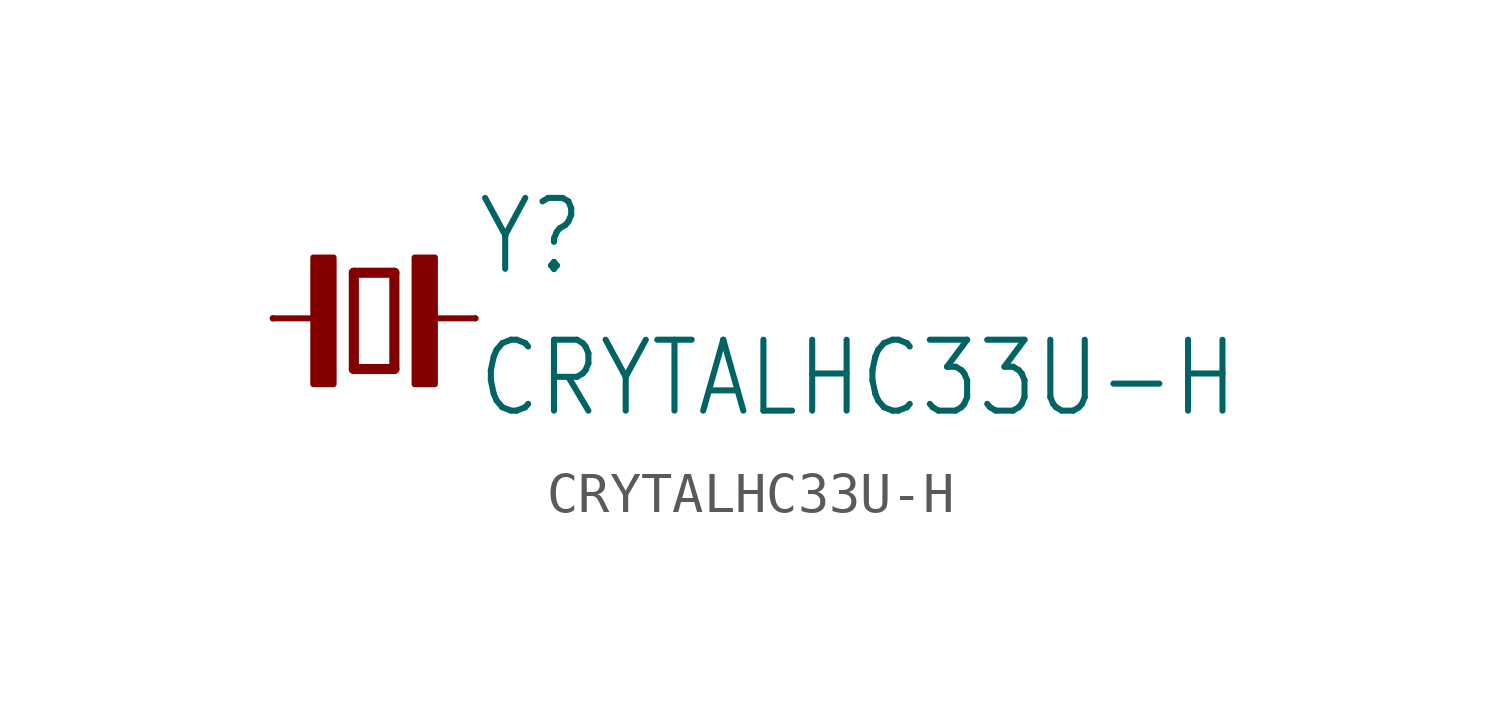
<source format=kicad_sym>
(kicad_symbol_lib
  (version 20211014)
  (generator kicad_symbol_editor)
  (symbol "CRYTALHC33U-H"
    (property "Reference" "Y"
      (at 2.54 1.016 0)
      (effects (font (size 1.778 1.511)) (justify left bottom)))
    (property "Value" "CRYTALHC33U-H"
      (at 2.54 -2.54 0)
      (effects (font (size 1.778 1.511)) (justify left bottom)))
    (property "ki_locked" ""
      (at 0 0 0)
      (effects (font (size 1.27 1.27))))
    (symbol "CRYTALHC33U-H_1_0"
      (rectangle (start -1.524 -1.651) (end -1.016 1.524) (stroke (width 0) (type default) (color 0 0 0 0)) (fill (type outline)))
      (polyline (pts (xy -2.54 0) (xy -1.143 0)) (stroke (width 0.152) (type default) (color 0 0 0 0)) (fill (type none)))
      (polyline (pts (xy -0.508 -1.27) (xy 0.508 -1.27)) (stroke (width 0.254) (type default) (color 0 0 0 0)) (fill (type none)))
      (polyline (pts (xy -0.508 1.143) (xy -0.508 -1.27)) (stroke (width 0.254) (type default) (color 0 0 0 0)) (fill (type none)))
      (polyline (pts (xy 0.508 -1.27) (xy 0.508 1.143)) (stroke (width 0.254) (type default) (color 0 0 0 0)) (fill (type none)))
      (polyline (pts (xy 0.508 1.143) (xy -0.508 1.143)) (stroke (width 0.254) (type default) (color 0 0 0 0)) (fill (type none)))
      (polyline (pts (xy 1.143 0) (xy 2.54 0)) (stroke (width 0.152) (type default) (color 0 0 0 0)) (fill (type none)))
      (rectangle (start 1.016 -1.651) (end 1.524 1.524) (stroke (width 0) (type default) (color 0 0 0 0)) (fill (type outline)))
      (pin passive line (at -2.54 0 0) (length 0) (name "1" (effects (font (size 0 0)))) (number "1" (effects (font (size 0 0)))))
      (pin passive line (at 2.54 0 180) (length 0) (name "2" (effects (font (size 0 0)))) (number "2" (effects (font (size 0 0))))))))
</source>
